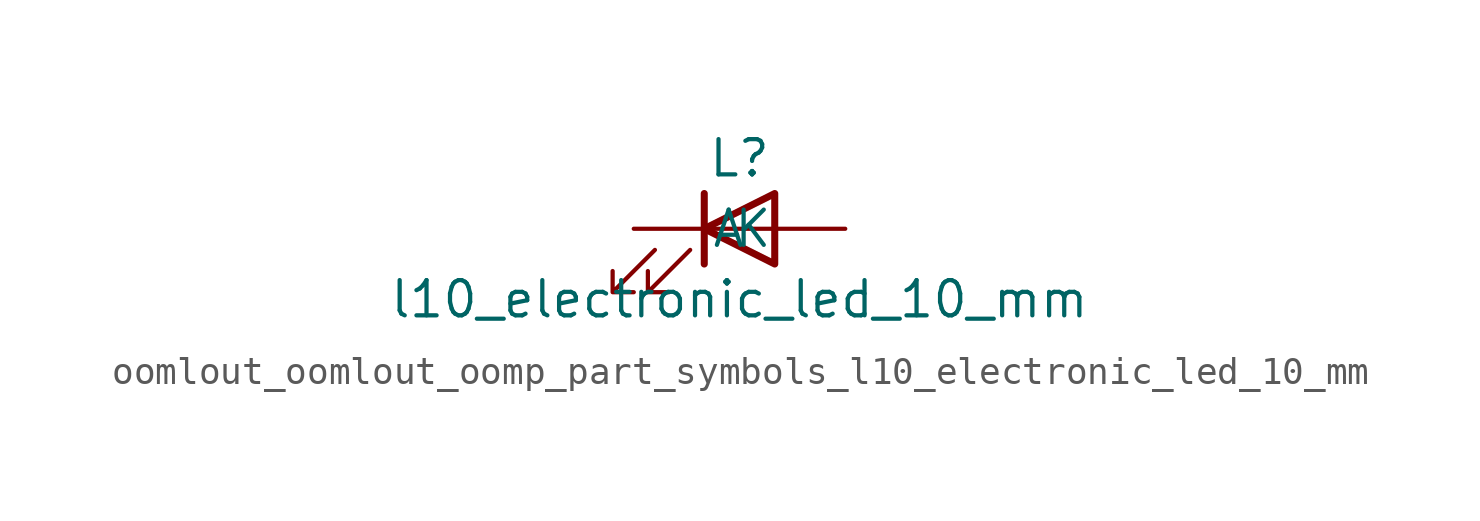
<source format=kicad_sym>
(kicad_symbol_lib
  (version 20220914)
  (generator kicad_symbol_editor)
  (symbol "oomlout_oomlout_oomp_part_symbols_l10_electronic_led_10_mm"
    (pin_numbers hide)
    (pin_names
      (offset 1.016))
    (property "Reference" "L"
      (at 0 2.54 0)
      (effects (font (size 1.27 1.27))))
    (property "Value" "l10_electronic_led_10_mm"
      (at 0 -2.54 0)
      (effects (font (size 1.27 1.27))))
    (symbol "oomlout_oomlout_oomp_part_symbols_l10_electronic_led_10_mm_0_1"
      (polyline (pts (xy -1.27 -1.27) (xy -1.27 1.27)) (stroke (width 0.254) (type default)) (fill (type none)))
      (polyline (pts (xy -1.27 0) (xy 1.27 0)) (stroke (width 0) (type default)) (fill (type none)))
      (polyline (pts (xy 1.27 -1.27) (xy 1.27 1.27) (xy -1.27 0) (xy 1.27 -1.27)) (stroke (width 0.254) (type default)) (fill (type none)))
      (polyline (pts (xy -3.048 -0.762) (xy -4.572 -2.286) (xy -3.81 -2.286) (xy -4.572 -2.286) (xy -4.572 -1.524)) (stroke (width 0) (type default)) (fill (type none)))
      (polyline (pts (xy -1.778 -0.762) (xy -3.302 -2.286) (xy -2.54 -2.286) (xy -3.302 -2.286) (xy -3.302 -1.524)) (stroke (width 0) (type default)) (fill (type none))))
    (symbol "oomlout_oomlout_oomp_part_symbols_l10_electronic_led_10_mm_1_1"
      (pin passive line (at -3.81 0 0) (length 2.54) (name "K" (effects (font (size 1.27 1.27)))) (number "1" (effects (font (size 1.27 1.27)))))
      (pin passive line (at 3.81 0 180) (length 2.54) (name "A" (effects (font (size 1.27 1.27)))) (number "2" (effects (font (size 1.27 1.27))))))))
</source>
